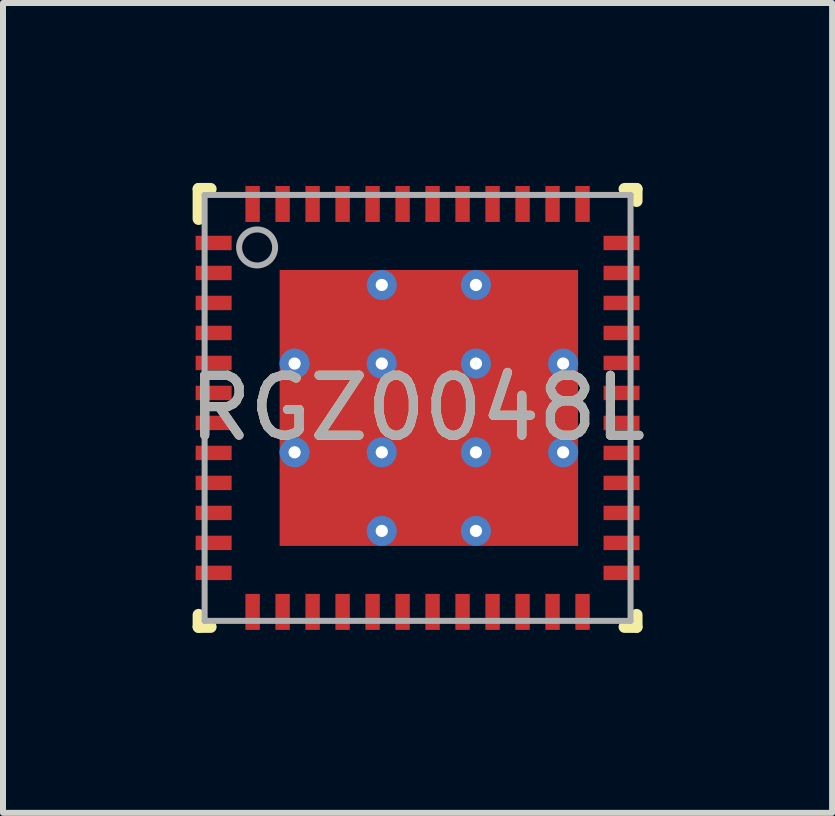
<source format=kicad_pcb>
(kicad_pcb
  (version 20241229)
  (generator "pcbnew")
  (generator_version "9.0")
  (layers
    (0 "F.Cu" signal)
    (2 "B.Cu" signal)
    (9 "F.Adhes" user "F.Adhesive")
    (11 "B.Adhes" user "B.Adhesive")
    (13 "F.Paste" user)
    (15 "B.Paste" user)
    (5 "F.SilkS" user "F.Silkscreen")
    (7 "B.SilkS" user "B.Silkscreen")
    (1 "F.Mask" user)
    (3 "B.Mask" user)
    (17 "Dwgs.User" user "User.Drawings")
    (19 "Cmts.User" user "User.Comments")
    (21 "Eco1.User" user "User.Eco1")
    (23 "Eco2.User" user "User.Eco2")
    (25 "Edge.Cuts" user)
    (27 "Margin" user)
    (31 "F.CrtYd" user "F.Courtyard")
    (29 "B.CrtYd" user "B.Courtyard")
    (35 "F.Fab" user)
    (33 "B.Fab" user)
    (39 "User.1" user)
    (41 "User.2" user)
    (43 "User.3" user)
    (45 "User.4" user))
  (footprint "RGZ0048L"
    (layer "F.Cu")
    (at 3.911 3.75)
    (property "Reference" "RGZ0048L" (at 0 0 0) (unlocked yes) (layer "F.SilkS") (effects (font (size 1 1) (thickness 0.15))))
    (attr smd)
    (fp_line (start -3.65 -3.65) (end -3.45 -3.65) (stroke (width 0.2) (type solid)) (layer "F.SilkS"))
    (fp_line (start -3.65 -3.15) (end -3.65 -3.65) (stroke (width 0.2) (type solid)) (layer "F.SilkS"))
    (fp_line (start -3.65 3.65) (end -3.65 3.45) (stroke (width 0.2) (type solid)) (layer "F.SilkS"))
    (fp_line (start -3.65 3.65) (end -3.45 3.65) (stroke (width 0.2) (type solid)) (layer "F.SilkS"))
    (fp_line (start 3.45 -3.65) (end 3.65 -3.65) (stroke (width 0.2) (type solid)) (layer "F.SilkS"))
    (fp_line (start 3.45 3.65) (end 3.65 3.65) (stroke (width 0.2) (type solid)) (layer "F.SilkS"))
    (fp_line (start 3.65 -3.45) (end 3.65 -3.65) (stroke (width 0.2) (type solid)) (layer "F.SilkS"))
    (fp_line (start 3.65 3.65) (end 3.65 3.45) (stroke (width 0.2) (type solid)) (layer "F.SilkS"))
    (fp_poly (pts (xy -0.748 -0.84) (xy -2.016 -0.84) (xy -2.026 -0.841) (xy -2.035 -0.844) (xy -2.044 -0.849) (xy -2.052 -0.855) (xy -2.058 -0.863) (xy -2.063 -0.872) (xy -2.066 -0.881) (xy -2.067 -0.891) (xy -2.067 -2.069) (xy -2.066 -2.079) (xy -2.063 -2.088) (xy -2.058 -2.097) (xy -2.052 -2.105) (xy -2.044 -2.111) (xy -2.035 -2.116) (xy -2.026 -2.119) (xy -2.016 -2.12) (xy -0.748 -2.12) (xy -0.738 -2.119) (xy -0.729 -2.116) (xy -0.72 -2.111) (xy -0.712 -2.105) (xy -0.706 -2.097) (xy -0.701 -2.088) (xy -0.698 -2.079) (xy -0.697 -2.069) (xy -0.697 -0.891) (xy -0.698 -0.881) (xy -0.701 -0.872) (xy -0.706 -0.863) (xy -0.712 -0.855) (xy -0.72 -0.849) (xy -0.729 -0.844) (xy -0.738 -0.841)) (stroke (width 0) (type solid)) (fill yes) (layer "F.Paste"))
    (fp_poly (pts (xy -0.748 0.64) (xy -2.016 0.64) (xy -2.026 0.639) (xy -2.035 0.636) (xy -2.044 0.631) (xy -2.052 0.625) (xy -2.058 0.617) (xy -2.063 0.608) (xy -2.066 0.599) (xy -2.067 0.589) (xy -2.067 -0.589) (xy -2.066 -0.599) (xy -2.063 -0.608) (xy -2.058 -0.617) (xy -2.052 -0.625) (xy -2.044 -0.631) (xy -2.035 -0.636) (xy -2.026 -0.639) (xy -2.016 -0.64) (xy -0.748 -0.64) (xy -0.738 -0.639) (xy -0.729 -0.636) (xy -0.72 -0.631) (xy -0.712 -0.625) (xy -0.706 -0.617) (xy -0.701 -0.608) (xy -0.698 -0.599) (xy -0.697 -0.589) (xy -0.697 0.589) (xy -0.698 0.599) (xy -0.701 0.608) (xy -0.706 0.617) (xy -0.712 0.625) (xy -0.72 0.631) (xy -0.729 0.636) (xy -0.738 0.639)) (stroke (width 0) (type solid)) (fill yes) (layer "F.Paste"))
    (fp_poly (pts (xy -0.748 2.12) (xy -2.016 2.12) (xy -2.026 2.119) (xy -2.035 2.116) (xy -2.044 2.111) (xy -2.052 2.105) (xy -2.058 2.097) (xy -2.063 2.088) (xy -2.066 2.079) (xy -2.067 2.069) (xy -2.067 0.891) (xy -2.066 0.881) (xy -2.063 0.872) (xy -2.058 0.863) (xy -2.052 0.855) (xy -2.044 0.849) (xy -2.035 0.844) (xy -2.026 0.841) (xy -2.016 0.84) (xy -0.748 0.84) (xy -0.738 0.841) (xy -0.729 0.844) (xy -0.72 0.849) (xy -0.712 0.855) (xy -0.706 0.863) (xy -0.701 0.872) (xy -0.698 0.881) (xy -0.697 0.891) (xy -0.697 2.069) (xy -0.698 2.079) (xy -0.701 2.088) (xy -0.706 2.097) (xy -0.712 2.105) (xy -0.72 2.111) (xy -0.729 2.116) (xy -0.738 2.119)) (stroke (width 0) (type solid)) (fill yes) (layer "F.Paste"))
    (fp_poly (pts (xy 0.822 -0.84) (xy -0.446 -0.84) (xy -0.456 -0.841) (xy -0.465 -0.844) (xy -0.474 -0.849) (xy -0.482 -0.855) (xy -0.488 -0.863) (xy -0.493 -0.872) (xy -0.496 -0.881) (xy -0.497 -0.891) (xy -0.497 -2.069) (xy -0.496 -2.079) (xy -0.493 -2.088) (xy -0.488 -2.097) (xy -0.482 -2.105) (xy -0.474 -2.111) (xy -0.465 -2.116) (xy -0.456 -2.119) (xy -0.446 -2.12) (xy 0.822 -2.12) (xy 0.832 -2.119) (xy 0.841 -2.116) (xy 0.85 -2.111) (xy 0.858 -2.105) (xy 0.864 -2.097) (xy 0.869 -2.088) (xy 0.872 -2.079) (xy 0.873 -2.069) (xy 0.873 -0.891) (xy 0.872 -0.881) (xy 0.869 -0.872) (xy 0.864 -0.863) (xy 0.858 -0.855) (xy 0.85 -0.849) (xy 0.841 -0.844) (xy 0.832 -0.841)) (stroke (width 0) (type solid)) (fill yes) (layer "F.Paste"))
    (fp_poly (pts (xy 0.822 0.64) (xy -0.446 0.64) (xy -0.456 0.639) (xy -0.465 0.636) (xy -0.474 0.631) (xy -0.482 0.625) (xy -0.488 0.617) (xy -0.493 0.608) (xy -0.496 0.599) (xy -0.497 0.589) (xy -0.497 -0.589) (xy -0.496 -0.599) (xy -0.493 -0.608) (xy -0.488 -0.617) (xy -0.482 -0.625) (xy -0.474 -0.631) (xy -0.465 -0.636) (xy -0.456 -0.639) (xy -0.446 -0.64) (xy 0.822 -0.64) (xy 0.832 -0.639) (xy 0.841 -0.636) (xy 0.85 -0.631) (xy 0.858 -0.625) (xy 0.864 -0.617) (xy 0.869 -0.608) (xy 0.872 -0.599) (xy 0.873 -0.589) (xy 0.873 0.589) (xy 0.872 0.599) (xy 0.869 0.608) (xy 0.864 0.617) (xy 0.858 0.625) (xy 0.85 0.631) (xy 0.841 0.636) (xy 0.832 0.639)) (stroke (width 0) (type solid)) (fill yes) (layer "F.Paste"))
    (fp_poly (pts (xy 0.822 2.12) (xy -0.446 2.12) (xy -0.456 2.119) (xy -0.465 2.116) (xy -0.474 2.111) (xy -0.482 2.105) (xy -0.488 2.097) (xy -0.493 2.088) (xy -0.496 2.079) (xy -0.497 2.069) (xy -0.497 0.891) (xy -0.496 0.881) (xy -0.493 0.872) (xy -0.488 0.863) (xy -0.482 0.855) (xy -0.474 0.849) (xy -0.465 0.844) (xy -0.456 0.841) (xy -0.446 0.84) (xy 0.822 0.84) (xy 0.832 0.841) (xy 0.841 0.844) (xy 0.85 0.849) (xy 0.858 0.855) (xy 0.864 0.863) (xy 0.869 0.872) (xy 0.872 0.881) (xy 0.873 0.891) (xy 0.873 2.069) (xy 0.872 2.079) (xy 0.869 2.088) (xy 0.864 2.097) (xy 0.858 2.105) (xy 0.85 2.111) (xy 0.841 2.116) (xy 0.832 2.119)) (stroke (width 0) (type solid)) (fill yes) (layer "F.Paste"))
    (fp_poly (pts (xy 2.392 -0.84) (xy 1.124 -0.84) (xy 1.114 -0.841) (xy 1.105 -0.844) (xy 1.096 -0.849) (xy 1.088 -0.855) (xy 1.082 -0.863) (xy 1.077 -0.872) (xy 1.074 -0.881) (xy 1.073 -0.891) (xy 1.073 -2.069) (xy 1.074 -2.079) (xy 1.077 -2.088) (xy 1.082 -2.097) (xy 1.088 -2.105) (xy 1.096 -2.111) (xy 1.105 -2.116) (xy 1.114 -2.119) (xy 1.124 -2.12) (xy 2.392 -2.12) (xy 2.402 -2.119) (xy 2.411 -2.116) (xy 2.42 -2.111) (xy 2.428 -2.105) (xy 2.434 -2.097) (xy 2.439 -2.088) (xy 2.442 -2.079) (xy 2.443 -2.069) (xy 2.443 -0.891) (xy 2.442 -0.881) (xy 2.439 -0.872) (xy 2.434 -0.863) (xy 2.428 -0.855) (xy 2.42 -0.849) (xy 2.411 -0.844) (xy 2.402 -0.841)) (stroke (width 0) (type solid)) (fill yes) (layer "F.Paste"))
    (fp_poly (pts (xy 2.392 0.64) (xy 1.124 0.64) (xy 1.114 0.639) (xy 1.105 0.636) (xy 1.096 0.631) (xy 1.088 0.625) (xy 1.082 0.617) (xy 1.077 0.608) (xy 1.074 0.599) (xy 1.073 0.589) (xy 1.073 -0.589) (xy 1.074 -0.599) (xy 1.077 -0.608) (xy 1.082 -0.617) (xy 1.088 -0.625) (xy 1.096 -0.631) (xy 1.105 -0.636) (xy 1.114 -0.639) (xy 1.124 -0.64) (xy 2.392 -0.64) (xy 2.402 -0.639) (xy 2.411 -0.636) (xy 2.42 -0.631) (xy 2.428 -0.625) (xy 2.434 -0.617) (xy 2.439 -0.608) (xy 2.442 -0.599) (xy 2.443 -0.589) (xy 2.443 0.589) (xy 2.442 0.599) (xy 2.439 0.608) (xy 2.434 0.617) (xy 2.428 0.625) (xy 2.42 0.631) (xy 2.411 0.636) (xy 2.402 0.639)) (stroke (width 0) (type solid)) (fill yes) (layer "F.Paste"))
    (fp_poly (pts (xy 2.392 2.12) (xy 1.124 2.12) (xy 1.114 2.119) (xy 1.105 2.116) (xy 1.096 2.111) (xy 1.088 2.105) (xy 1.082 2.097) (xy 1.077 2.088) (xy 1.074 2.079) (xy 1.073 2.069) (xy 1.073 0.891) (xy 1.074 0.881) (xy 1.077 0.872) (xy 1.082 0.863) (xy 1.088 0.855) (xy 1.096 0.849) (xy 1.105 0.844) (xy 1.114 0.841) (xy 1.124 0.84) (xy 2.392 0.84) (xy 2.402 0.841) (xy 2.411 0.844) (xy 2.42 0.849) (xy 2.428 0.855) (xy 2.434 0.863) (xy 2.439 0.872) (xy 2.442 0.881) (xy 2.443 0.891) (xy 2.443 2.069) (xy 2.442 2.079) (xy 2.439 2.088) (xy 2.434 2.097) (xy 2.428 2.105) (xy 2.42 2.111) (xy 2.411 2.116) (xy 2.402 2.119)) (stroke (width 0) (type solid)) (fill yes) (layer "F.Paste"))
    (fp_line (start -3.55 -3.55) (end 3.55 -3.55) (stroke (width 0.1) (type solid)) (layer "F.Fab"))
    (fp_line (start -3.55 3.55) (end -3.55 -3.55) (stroke (width 0.1) (type solid)) (layer "F.Fab"))
    (fp_line (start -3.55 3.55) (end 3.55 3.55) (stroke (width 0.1) (type solid)) (layer "F.Fab"))
    (fp_line (start 3.55 3.55) (end 3.55 -3.55) (stroke (width 0.1) (type solid)) (layer "F.Fab"))
    (fp_circle (center -2.675 -2.675) (end -2.375 -2.675) (stroke (width 0.1) (type solid)) (fill no) (layer "F.Fab"))
    (fp_text user "${REFERENCE}" (at 0 0 0) (unlocked yes) (layer "F.Fab") (effects (font (size 1 1) (thickness 0.15))))
    (pad "1" smd rect (at -3.4 -2.75 90) (size 0.24 0.6) (layers "F.Cu" "F.Mask" "F.Paste"))
    (pad "2" smd rect (at -3.4 -2.25 90) (size 0.24 0.6) (layers "F.Cu" "F.Mask" "F.Paste"))
    (pad "3" smd rect (at -3.4 -1.75 90) (size 0.24 0.6) (layers "F.Cu" "F.Mask" "F.Paste"))
    (pad "4" smd rect (at -3.4 -1.25 90) (size 0.24 0.6) (layers "F.Cu" "F.Mask" "F.Paste"))
    (pad "5" smd rect (at -3.4 -0.75 90) (size 0.24 0.6) (layers "F.Cu" "F.Mask" "F.Paste"))
    (pad "6" smd rect (at -3.4 -0.25 90) (size 0.24 0.6) (layers "F.Cu" "F.Mask" "F.Paste"))
    (pad "7" smd rect (at -3.4 0.25 90) (size 0.24 0.6) (layers "F.Cu" "F.Mask" "F.Paste"))
    (pad "8" smd rect (at -3.4 0.75 90) (size 0.24 0.6) (layers "F.Cu" "F.Mask" "F.Paste"))
    (pad "9" smd rect (at -3.4 1.25 90) (size 0.24 0.6) (layers "F.Cu" "F.Mask" "F.Paste"))
    (pad "10" smd rect (at -3.4 1.75 90) (size 0.24 0.6) (layers "F.Cu" "F.Mask" "F.Paste"))
    (pad "11" smd rect (at -3.4 2.25 90) (size 0.24 0.6) (layers "F.Cu" "F.Mask" "F.Paste"))
    (pad "12" smd rect (at -3.4 2.75 90) (size 0.24 0.6) (layers "F.Cu" "F.Mask" "F.Paste"))
    (pad "13" smd rect (at -2.75 3.4) (size 0.24 0.6) (layers "F.Cu" "F.Mask" "F.Paste"))
    (pad "14" smd rect (at -2.25 3.4) (size 0.24 0.6) (layers "F.Cu" "F.Mask" "F.Paste"))
    (pad "15" smd rect (at -1.75 3.4) (size 0.24 0.6) (layers "F.Cu" "F.Mask" "F.Paste"))
    (pad "16" smd rect (at -1.25 3.4) (size 0.24 0.6) (layers "F.Cu" "F.Mask" "F.Paste"))
    (pad "17" smd rect (at -0.75 3.4) (size 0.24 0.6) (layers "F.Cu" "F.Mask" "F.Paste"))
    (pad "18" smd rect (at -0.25 3.4) (size 0.24 0.6) (layers "F.Cu" "F.Mask" "F.Paste"))
    (pad "19" smd rect (at 0.25 3.4) (size 0.24 0.6) (layers "F.Cu" "F.Mask" "F.Paste"))
    (pad "20" smd rect (at 0.75 3.4) (size 0.24 0.6) (layers "F.Cu" "F.Mask" "F.Paste"))
    (pad "21" smd rect (at 1.25 3.4) (size 0.24 0.6) (layers "F.Cu" "F.Mask" "F.Paste"))
    (pad "22" smd rect (at 1.75 3.4) (size 0.24 0.6) (layers "F.Cu" "F.Mask" "F.Paste"))
    (pad "23" smd rect (at 2.25 3.4) (size 0.24 0.6) (layers "F.Cu" "F.Mask" "F.Paste"))
    (pad "24" smd rect (at 2.75 3.4) (size 0.24 0.6) (layers "F.Cu" "F.Mask" "F.Paste"))
    (pad "25" smd rect (at 3.4 2.75 90) (size 0.24 0.6) (layers "F.Cu" "F.Mask" "F.Paste"))
    (pad "26" smd rect (at 3.4 2.25 90) (size 0.24 0.6) (layers "F.Cu" "F.Mask" "F.Paste"))
    (pad "27" smd rect (at 3.4 1.75 90) (size 0.24 0.6) (layers "F.Cu" "F.Mask" "F.Paste"))
    (pad "28" smd rect (at 3.4 1.25 90) (size 0.24 0.6) (layers "F.Cu" "F.Mask" "F.Paste"))
    (pad "29" smd rect (at 3.4 0.75 90) (size 0.24 0.6) (layers "F.Cu" "F.Mask" "F.Paste"))
    (pad "30" smd rect (at 3.4 0.25 90) (size 0.24 0.6) (layers "F.Cu" "F.Mask" "F.Paste"))
    (pad "31" smd rect (at 3.4 -0.25 90) (size 0.24 0.6) (layers "F.Cu" "F.Mask" "F.Paste"))
    (pad "32" smd rect (at 3.4 -0.75 90) (size 0.24 0.6) (layers "F.Cu" "F.Mask" "F.Paste"))
    (pad "33" smd rect (at 3.4 -1.25 90) (size 0.24 0.6) (layers "F.Cu" "F.Mask" "F.Paste"))
    (pad "34" smd rect (at 3.4 -1.75 90) (size 0.24 0.6) (layers "F.Cu" "F.Mask" "F.Paste"))
    (pad "35" smd rect (at 3.4 -2.25 90) (size 0.24 0.6) (layers "F.Cu" "F.Mask" "F.Paste"))
    (pad "36" smd rect (at 3.4 -2.75 90) (size 0.24 0.6) (layers "F.Cu" "F.Mask" "F.Paste"))
    (pad "37" smd rect (at 2.75 -3.4) (size 0.24 0.6) (layers "F.Cu" "F.Mask" "F.Paste"))
    (pad "38" smd rect (at 2.25 -3.4) (size 0.24 0.6) (layers "F.Cu" "F.Mask" "F.Paste"))
    (pad "39" smd rect (at 1.75 -3.4) (size 0.24 0.6) (layers "F.Cu" "F.Mask" "F.Paste"))
    (pad "40" smd rect (at 1.25 -3.4) (size 0.24 0.6) (layers "F.Cu" "F.Mask" "F.Paste"))
    (pad "41" smd rect (at 0.75 -3.4) (size 0.24 0.6) (layers "F.Cu" "F.Mask" "F.Paste"))
    (pad "42" smd rect (at 0.25 -3.4) (size 0.24 0.6) (layers "F.Cu" "F.Mask" "F.Paste"))
    (pad "43" smd rect (at -0.25 -3.4) (size 0.24 0.6) (layers "F.Cu" "F.Mask" "F.Paste"))
    (pad "44" smd rect (at -0.75 -3.4) (size 0.24 0.6) (layers "F.Cu" "F.Mask" "F.Paste"))
    (pad "45" smd rect (at -1.25 -3.4) (size 0.24 0.6) (layers "F.Cu" "F.Mask" "F.Paste"))
    (pad "46" smd rect (at -1.75 -3.4) (size 0.24 0.6) (layers "F.Cu" "F.Mask" "F.Paste"))
    (pad "47" smd rect (at -2.25 -3.4) (size 0.24 0.6) (layers "F.Cu" "F.Mask" "F.Paste"))
    (pad "48" smd rect (at -2.75 -3.4) (size 0.24 0.6) (layers "F.Cu" "F.Mask" "F.Paste"))
    (pad "49" smd rect (at 0.188 0) (size 4.975 4.6) (layers "F.Cu" "F.Mask"))
    (pad "V" thru_hole circle (at -2.05 -0.74) (size 0.5 0.5) (drill 0.203) (layers "*.Cu" "*.Mask"))
    (pad "V" thru_hole circle (at -2.05 0.74) (size 0.5 0.5) (drill 0.203) (layers "*.Cu" "*.Mask"))
    (pad "V" thru_hole circle (at -0.597 -2.05) (size 0.5 0.5) (drill 0.203) (layers "*.Cu" "*.Mask"))
    (pad "V" thru_hole circle (at -0.597 -0.74) (size 0.5 0.5) (drill 0.203) (layers "*.Cu" "*.Mask"))
    (pad "V" thru_hole circle (at -0.597 0.74) (size 0.5 0.5) (drill 0.203) (layers "*.Cu" "*.Mask"))
    (pad "V" thru_hole circle (at -0.597 2.05) (size 0.5 0.5) (drill 0.203) (layers "*.Cu" "*.Mask"))
    (pad "V" thru_hole circle (at 0.973 -2.05) (size 0.5 0.5) (drill 0.203) (layers "*.Cu" "*.Mask"))
    (pad "V" thru_hole circle (at 0.973 -0.74) (size 0.5 0.5) (drill 0.203) (layers "*.Cu" "*.Mask"))
    (pad "V" thru_hole circle (at 0.973 0.74) (size 0.5 0.5) (drill 0.203) (layers "*.Cu" "*.Mask"))
    (pad "V" thru_hole circle (at 0.973 2.05) (size 0.5 0.5) (drill 0.203) (layers "*.Cu" "*.Mask"))
    (pad "V" thru_hole circle (at 2.426 -0.74) (size 0.5 0.5) (drill 0.203) (layers "*.Cu" "*.Mask"))
    (pad "V" thru_hole circle (at 2.426 0.74) (size 0.5 0.5) (drill 0.203) (layers "*.Cu" "*.Mask")))
  (gr_rect
    (start -3 -3)
    (end 10.821 10.5)
    (stroke (width 0.1) (type default))
    (fill no)
    (layer "Edge.Cuts")))
</source>
